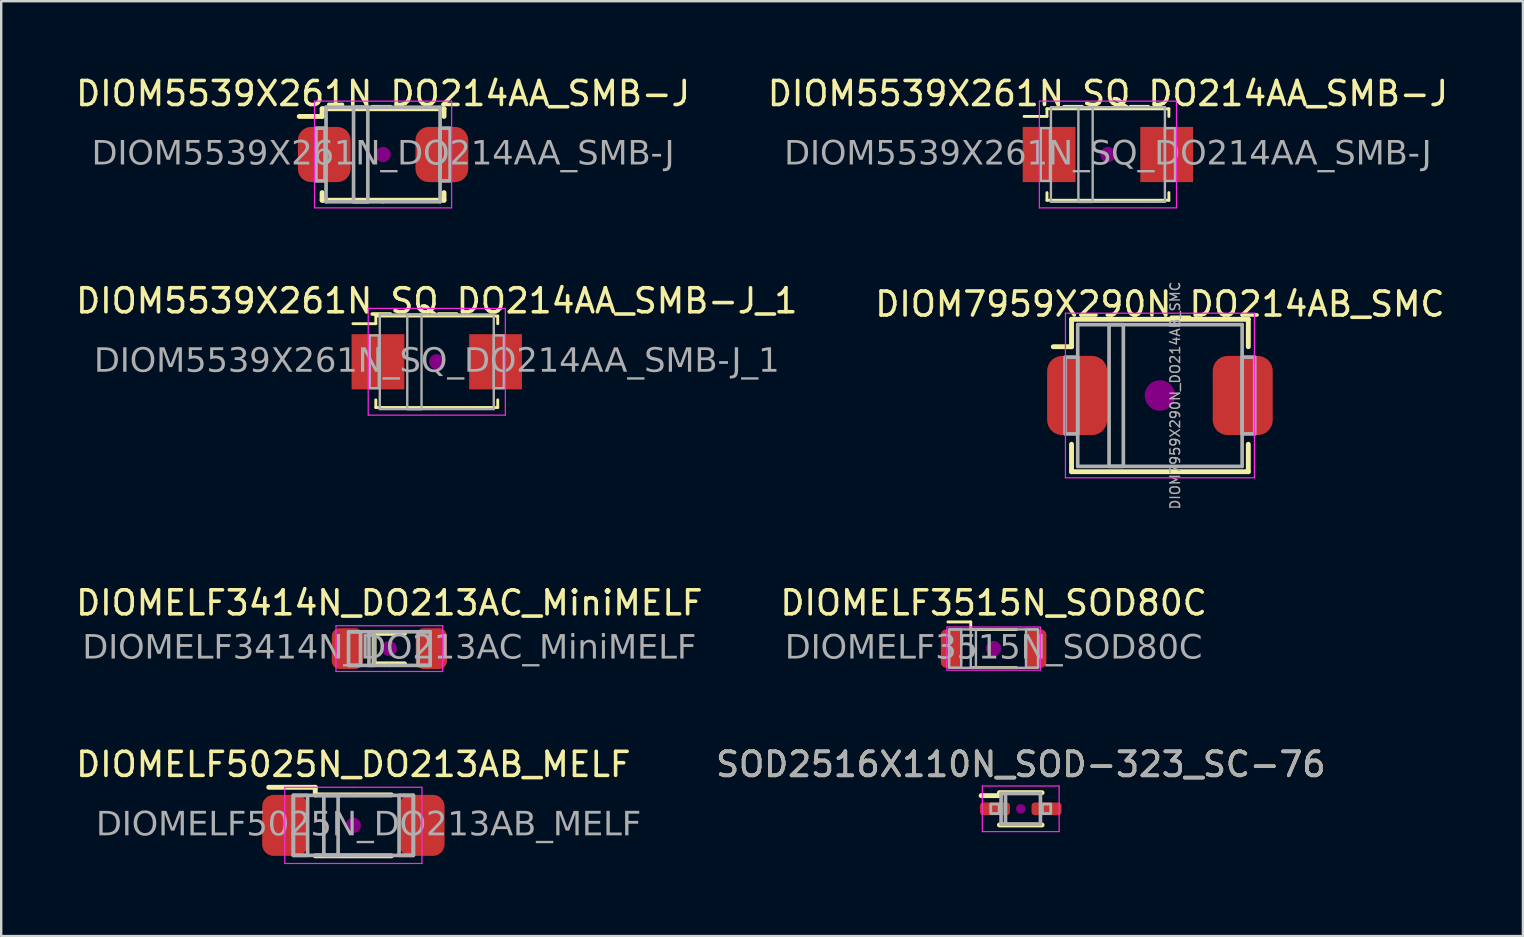
<source format=kicad_pcb>
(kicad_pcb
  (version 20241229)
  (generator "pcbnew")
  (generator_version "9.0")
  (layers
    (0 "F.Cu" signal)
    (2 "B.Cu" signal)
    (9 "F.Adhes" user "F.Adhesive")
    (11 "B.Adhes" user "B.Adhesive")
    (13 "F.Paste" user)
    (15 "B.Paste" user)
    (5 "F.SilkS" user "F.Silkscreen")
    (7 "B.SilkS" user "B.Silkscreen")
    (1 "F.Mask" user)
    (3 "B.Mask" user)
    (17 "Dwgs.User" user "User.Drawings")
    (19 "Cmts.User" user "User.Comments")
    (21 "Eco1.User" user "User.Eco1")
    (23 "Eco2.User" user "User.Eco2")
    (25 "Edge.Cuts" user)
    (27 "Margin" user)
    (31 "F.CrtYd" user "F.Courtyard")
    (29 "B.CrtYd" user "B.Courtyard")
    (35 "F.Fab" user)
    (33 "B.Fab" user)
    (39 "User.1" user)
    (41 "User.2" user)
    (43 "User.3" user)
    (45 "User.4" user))
  (footprint "DIOMELF5025N_DO213AB_MELF"
    (layer "F.Cu")
    (at 11.673 31.34)
    (property "Reference" "DIOMELF5025N_DO213AB_MELF" (at 0 -2.54 0) (layer "F.SilkS") (effects (font (size 1 1) (thickness 0.15))))
    (attr smd)
    (fp_line (start -1.587 -1.587) (end -3.527 -1.587) (stroke (width 0.203) (type solid)) (layer "F.SilkS"))
    (fp_line (start -1.587 -1.27) (end -1.587 -1.587) (stroke (width 0.203) (type solid)) (layer "F.SilkS"))
    (fp_line (start 1.587 -1.27) (end -1.587 -1.27) (stroke (width 0.203) (type solid)) (layer "F.SilkS"))
    (fp_line (start 1.587 1.27) (end -1.587 1.27) (stroke (width 0.203) (type solid)) (layer "F.SilkS"))
    (fp_circle (center 0 0) (end 0.318 0) (stroke (width 0) (type solid)) (fill yes) (layer "F.Adhes"))
    (fp_line (start -2.857 -1.587) (end 0 -1.587) (stroke (width 0.05) (type solid)) (layer "F.CrtYd"))
    (fp_line (start -2.857 1.587) (end -2.857 -1.587) (stroke (width 0.05) (type solid)) (layer "F.CrtYd"))
    (fp_line (start 0 -1.587) (end 2.857 -1.587) (stroke (width 0.05) (type solid)) (layer "F.CrtYd"))
    (fp_line (start 0 1.587) (end -2.857 1.587) (stroke (width 0.05) (type solid)) (layer "F.CrtYd"))
    (fp_line (start 2.857 -1.587) (end 2.857 1.587) (stroke (width 0.05) (type solid)) (layer "F.CrtYd"))
    (fp_line (start 2.857 1.587) (end 0 1.587) (stroke (width 0.05) (type solid)) (layer "F.CrtYd"))
    (fp_line (start -2.5 1.25) (end -2.5 -1.25) (stroke (width 0.152) (type solid)) (layer "F.Fab"))
    (fp_line (start -2.5 1.25) (end 0 1.25) (stroke (width 0.152) (type solid)) (layer "F.Fab"))
    (fp_line (start 0 -1.25) (end -2.5 -1.25) (stroke (width 0.152) (type solid)) (layer "F.Fab"))
    (fp_line (start 0 1.25) (end 2.5 1.25) (stroke (width 0.152) (type solid)) (layer "F.Fab"))
    (fp_line (start 2.5 -1.25) (end 0 -1.25) (stroke (width 0.152) (type solid)) (layer "F.Fab"))
    (fp_line (start 2.5 -1.25) (end 2.5 1.25) (stroke (width 0.152) (type solid)) (layer "F.Fab"))
    (fp_rect (start -2.5 -1.25) (end -1.905 1.25) (stroke (width 0.152) (type solid)) (fill no) (layer "F.Fab"))
    (fp_rect (start -1.23 -1.25) (end -0.635 1.25) (stroke (width 0.152) (type solid)) (fill no) (layer "F.Fab"))
    (fp_rect (start 2.5 1.25) (end 1.905 -1.25) (stroke (width 0.152) (type solid)) (fill no) (layer "F.Fab"))
    (fp_text user "${REFERENCE}" (at 0.635 0 0) (layer "F.Fab") (effects (font (face "Tahoma") (size 1 1) (thickness 0.06))))
    (pad "1" smd roundrect (at -2.85 0) (size 1.9 2.54) (layers "F.Cu" "F.Mask" "F.Paste") (roundrect_rratio 0.25))
    (pad "2" smd roundrect (at 2.85 0) (size 1.9 2.54) (layers "F.Cu" "F.Mask" "F.Paste") (roundrect_rratio 0.25)))
  (footprint "DIOM7959X290N_DO214AB_SMC"
    (layer "F.Cu")
    (at 45.28 13.429)
    (property "Reference" "DIOM7959X290N_DO214AB_SMC" (at 0 -3.81 0) (layer "F.SilkS") (effects (font (size 1 1) (thickness 0.15))))
    (attr smd)
    (fp_line (start -3.683 -2.032) (end -4.445 -2.032) (stroke (width 0.203) (type solid)) (layer "F.SilkS"))
    (fp_line (start -3.683 -2.032) (end -3.683 -3.175) (stroke (width 0.203) (type solid)) (layer "F.SilkS"))
    (fp_line (start -3.683 2.032) (end -3.683 3.175) (stroke (width 0.203) (type solid)) (layer "F.SilkS"))
    (fp_line (start 3.683 -3.175) (end -3.683 -3.175) (stroke (width 0.203) (type solid)) (layer "F.SilkS"))
    (fp_line (start 3.683 -2.032) (end 3.683 -3.175) (stroke (width 0.203) (type solid)) (layer "F.SilkS"))
    (fp_line (start 3.683 2.032) (end 3.683 3.175) (stroke (width 0.203) (type solid)) (layer "F.SilkS"))
    (fp_line (start 3.683 3.175) (end -3.683 3.175) (stroke (width 0.203) (type solid)) (layer "F.SilkS"))
    (fp_circle (center 0 0) (end 0.635 0) (stroke (width 0) (type solid)) (fill yes) (layer "F.Adhes"))
    (fp_line (start -3.937 -3.429) (end -3.937 3.429) (stroke (width 0.05) (type solid)) (layer "F.CrtYd"))
    (fp_line (start -3.937 -3.429) (end 3.937 -3.429) (stroke (width 0.05) (type solid)) (layer "F.CrtYd"))
    (fp_line (start -3.937 3.429) (end 3.937 3.429) (stroke (width 0.05) (type solid)) (layer "F.CrtYd"))
    (fp_line (start 3.937 -3.429) (end 3.937 3.429) (stroke (width 0.05) (type solid)) (layer "F.CrtYd"))
    (fp_line (start -3.425 2.953) (end -3.425 -2.953) (stroke (width 0.152) (type solid)) (layer "F.Fab"))
    (fp_line (start -3.425 2.953) (end 3.425 2.953) (stroke (width 0.152) (type solid)) (layer "F.Fab"))
    (fp_line (start 3.425 -2.953) (end -3.425 -2.953) (stroke (width 0.152) (type solid)) (layer "F.Fab"))
    (fp_line (start 3.425 -2.953) (end 3.425 2.953) (stroke (width 0.152) (type solid)) (layer "F.Fab"))
    (fp_rect (start -3.95 -1.6) (end -3.425 1.6) (stroke (width 0.152) (type solid)) (fill no) (layer "F.Fab"))
    (fp_rect (start -2.119 -2.953) (end -1.524 2.953) (stroke (width 0.152) (type solid)) (fill no) (layer "F.Fab"))
    (fp_rect (start 3.425 1.6) (end 3.95 -1.6) (stroke (width 0.152) (type solid)) (fill no) (layer "F.Fab"))
    (fp_text user "${REFERENCE}" (at 0.635 0 90) (layer "F.Fab") (effects (font (size 0.4 0.4) (thickness 0.06))))
    (pad "1" smd roundrect (at -3.45 0) (size 2.5 3.3) (layers "F.Cu" "F.Mask" "F.Paste") (roundrect_rratio 0.25))
    (pad "2" smd roundrect (at 3.45 0) (size 2.5 3.3) (layers "F.Cu" "F.Mask" "F.Paste") (roundrect_rratio 0.25)))
  (footprint "DIOMELF3515N_SOD80C"
    (layer "F.Cu")
    (at 38.351 23.975)
    (property "Reference" "DIOMELF3515N_SOD80C" (at 0 -1.905 0) (layer "F.SilkS") (effects (font (size 1 1) (thickness 0.15))))
    (attr smd)
    (fp_line (start -0.953 -1.111) (end -1.905 -1.111) (stroke (width 0.12) (type solid)) (layer "F.SilkS"))
    (fp_line (start -0.953 -0.794) (end -0.953 -1.111) (stroke (width 0.12) (type solid)) (layer "F.SilkS"))
    (fp_line (start 0.953 -0.794) (end -0.953 -0.794) (stroke (width 0.12) (type solid)) (layer "F.SilkS"))
    (fp_line (start 0.953 0.794) (end -0.953 0.794) (stroke (width 0.12) (type solid)) (layer "F.SilkS"))
    (fp_circle (center 0 0) (end 0.318 0) (stroke (width 0) (type solid)) (fill yes) (layer "F.Adhes"))
    (fp_rect (start -1.95 -0.9) (end 1.95 0.9) (stroke (width 0.05) (type default)) (fill no) (layer "F.CrtYd"))
    (fp_line (start -1.85 -0.8) (end 0 -0.8) (stroke (width 0.1) (type solid)) (layer "F.Fab"))
    (fp_line (start -1.85 0.8) (end 0 0.8) (stroke (width 0.1) (type solid)) (layer "F.Fab"))
    (fp_line (start 1.85 -0.8) (end 0 -0.8) (stroke (width 0.1) (type solid)) (layer "F.Fab"))
    (fp_line (start 1.85 0.8) (end 0 0.8) (stroke (width 0.1) (type solid)) (layer "F.Fab"))
    (fp_rect (start -1.85 -0.8) (end -1.35 0.8) (stroke (width 0.1) (type solid)) (fill no) (layer "F.Fab"))
    (fp_rect (start -0.953 -0.8) (end -0.738 0.8) (stroke (width 0.1) (type solid)) (fill no) (layer "F.Fab"))
    (fp_rect (start 1.35 -0.8) (end 1.85 0.8) (stroke (width 0.1) (type solid)) (fill no) (layer "F.Fab"))
    (fp_text user "${REFERENCE}" (at 0 0 0) (layer "F.Fab") (effects (font (face "Tahoma") (size 1 1) (thickness 0.15))))
    (pad "1" smd roundrect (at -1.75 0) (size 0.9 1.6) (layers "F.Cu" "F.Mask" "F.Paste") (roundrect_rratio 0.25))
    (pad "2" smd roundrect (at 1.75 0) (size 0.9 1.6) (layers "F.Cu" "F.Mask" "F.Paste") (roundrect_rratio 0.25)))
  (footprint "SOD2516X110N_SOD-323_SC-76"
    (layer "F.Cu")
    (at 39.481 30.65)
    (property "Reference" "SOD2516X110N_SOD-323_SC-76" (at 0 -1.85 0) (layer "F.SilkS") (effects (font (size 1 1) (thickness 0.15))))
    (attr smd)
    (fp_line (start -0.889 -0.549) (end -1.651 -0.549) (stroke (width 0.203) (type solid)) (layer "F.SilkS"))
    (fp_line (start -0.889 0.673) (end 0.889 0.673) (stroke (width 0.203) (type solid)) (layer "F.SilkS"))
    (fp_line (start 0.889 -0.673) (end -0.889 -0.673) (stroke (width 0.203) (type solid)) (layer "F.SilkS"))
    (fp_circle (center 0 0) (end 0.2 0) (stroke (width 0) (type solid)) (fill yes) (layer "F.Adhes"))
    (fp_line (start -1.6 -0.95) (end -1.6 0.95) (stroke (width 0.05) (type solid)) (layer "F.CrtYd"))
    (fp_line (start -1.6 -0.95) (end 1.6 -0.95) (stroke (width 0.05) (type solid)) (layer "F.CrtYd"))
    (fp_line (start -1.6 0.95) (end 1.6 0.95) (stroke (width 0.05) (type solid)) (layer "F.CrtYd"))
    (fp_line (start 1.6 -0.95) (end 1.6 0.95) (stroke (width 0.05) (type solid)) (layer "F.CrtYd"))
    (fp_line (start -0.82 -0.64) (end 0.82 -0.64) (stroke (width 0.152) (type solid)) (layer "F.Fab"))
    (fp_line (start -0.82 0.64) (end -0.82 -0.64) (stroke (width 0.152) (type solid)) (layer "F.Fab"))
    (fp_line (start -0.635 0.635) (end -0.635 -0.635) (stroke (width 0.152) (type solid)) (layer "F.Fab"))
    (fp_line (start 0.82 -0.64) (end 0.82 0.64) (stroke (width 0.152) (type solid)) (layer "F.Fab"))
    (fp_line (start 0.82 0.64) (end -0.82 0.64) (stroke (width 0.152) (type solid)) (layer "F.Fab"))
    (fp_rect (start -1.25 -0.198) (end -0.899 0.198) (stroke (width 0.12) (type solid)) (fill no) (layer "F.Fab"))
    (fp_rect (start 0.899 -0.198) (end 1.25 0.198) (stroke (width 0.12) (type solid)) (fill no) (layer "F.Fab"))
    (fp_text user "${REFERENCE}" (at 0 -1.85 0) (layer "F.Fab") (effects (font (size 1 1) (thickness 0.15))))
    (pad "1" smd roundrect (at -1.075 0) (size 1.25 0.53) (layers "F.Cu" "F.Mask" "F.Paste") (roundrect_rratio 0.25))
    (pad "2" smd roundrect (at 1.075 0) (size 1.25 0.53) (layers "F.Cu" "F.Mask" "F.Paste") (roundrect_rratio 0.25)))
  (footprint "DIOM5539X261N_SQ_DO214AA_SMB-J"
    (layer "F.Cu")
    (at 43.113 3.388)
    (property "Reference" "DIOM5539X261N_SQ_DO214AA_SMB-J" (at 0 -2.54 0) (layer "F.SilkS") (effects (font (size 1 1) (thickness 0.15))))
    (attr smd)
    (fp_line (start -2.54 -1.587) (end -3.493 -1.587) (stroke (width 0.12) (type solid)) (layer "F.SilkS"))
    (fp_line (start -2.54 -1.587) (end -2.54 -1.905) (stroke (width 0.12) (type solid)) (layer "F.SilkS"))
    (fp_line (start -2.54 1.587) (end -2.54 1.905) (stroke (width 0.12) (type solid)) (layer "F.SilkS"))
    (fp_line (start 2.54 -1.905) (end -2.54 -1.905) (stroke (width 0.12) (type solid)) (layer "F.SilkS"))
    (fp_line (start 2.54 -1.587) (end 2.54 -1.905) (stroke (width 0.12) (type solid)) (layer "F.SilkS"))
    (fp_line (start 2.54 1.587) (end 2.54 1.905) (stroke (width 0.12) (type solid)) (layer "F.SilkS"))
    (fp_line (start 2.54 1.905) (end -2.54 1.905) (stroke (width 0.12) (type solid)) (layer "F.SilkS"))
    (fp_circle (center 0 0) (end 0.318 0) (stroke (width 0) (type solid)) (fill yes) (layer "F.Adhes"))
    (fp_line (start -2.857 -2.223) (end -2.857 2.223) (stroke (width 0.05) (type solid)) (layer "F.CrtYd"))
    (fp_line (start -2.857 -2.223) (end 2.857 -2.223) (stroke (width 0.05) (type solid)) (layer "F.CrtYd"))
    (fp_line (start -2.857 2.223) (end 2.857 2.223) (stroke (width 0.05) (type solid)) (layer "F.CrtYd"))
    (fp_line (start 2.857 -2.223) (end 2.857 2.223) (stroke (width 0.05) (type solid)) (layer "F.CrtYd"))
    (fp_line (start -2.375 1.97) (end -2.375 -1.97) (stroke (width 0.1) (type solid)) (layer "F.Fab"))
    (fp_line (start -2.375 1.97) (end 0 1.97) (stroke (width 0.1) (type solid)) (layer "F.Fab"))
    (fp_line (start 0 -1.97) (end -2.375 -1.97) (stroke (width 0.1) (type solid)) (layer "F.Fab"))
    (fp_line (start 0 1.97) (end 2.375 1.97) (stroke (width 0.1) (type solid)) (layer "F.Fab"))
    (fp_line (start 2.375 -1.97) (end 0 -1.97) (stroke (width 0.1) (type solid)) (layer "F.Fab"))
    (fp_line (start 2.375 -1.97) (end 2.375 1.97) (stroke (width 0.1) (type solid)) (layer "F.Fab"))
    (fp_rect (start -2.795 -1.1) (end -2.415 1.1) (stroke (width 0.1) (type solid)) (fill no) (layer "F.Fab"))
    (fp_rect (start -1.23 -1.975) (end -0.635 1.975) (stroke (width 0.1) (type solid)) (fill no) (layer "F.Fab"))
    (fp_rect (start 2.375 1.1) (end 2.795 -1.1) (stroke (width 0.1) (type solid)) (fill no) (layer "F.Fab"))
    (fp_text user "${REFERENCE}" (at 0 0 0) (layer "F.Fab") (effects (font (face "Tahoma") (size 1 1) (thickness 0.15))))
    (pad "1" smd rect (at -2.45 0) (size 2.2 2.3) (layers "F.Cu" "F.Mask" "F.Paste"))
    (pad "2" smd rect (at 2.45 0) (size 2.2 2.3) (layers "F.Cu" "F.Mask" "F.Paste")))
  (footprint "DIOMELF3414N_DO213AC_MiniMELF"
    (layer "F.Cu")
    (at 13.173 23.975)
    (property "Reference" "DIOMELF3414N_DO213AC_MiniMELF" (at 0 -1.905 0) (layer "F.SilkS") (effects (font (size 1 1) (thickness 0.15))))
    (attr smd)
    (fp_line (start -0.635 0.635) (end -0.635 -0.635) (stroke (width 0.203) (type solid)) (layer "F.SilkS"))
    (fp_line (start 0.635 -0.635) (end -0.635 -0.635) (stroke (width 0.203) (type solid)) (layer "F.SilkS"))
    (fp_line (start 0.635 0.635) (end -0.635 0.635) (stroke (width 0.203) (type solid)) (layer "F.SilkS"))
    (fp_circle (center 0 0) (end 0.318 0) (stroke (width 0) (type solid)) (fill yes) (layer "F.Adhes"))
    (fp_line (start -2.223 -0.953) (end 2.223 -0.953) (stroke (width 0.05) (type solid)) (layer "F.CrtYd"))
    (fp_line (start -2.223 0.953) (end -2.223 -0.953) (stroke (width 0.05) (type solid)) (layer "F.CrtYd"))
    (fp_line (start 2.223 -0.953) (end 2.223 0.953) (stroke (width 0.05) (type solid)) (layer "F.CrtYd"))
    (fp_line (start 2.223 0.953) (end -2.223 0.953) (stroke (width 0.05) (type solid)) (layer "F.CrtYd"))
    (fp_line (start -1.7 -0.7) (end 0 -0.7) (stroke (width 0.152) (type solid)) (layer "F.Fab"))
    (fp_line (start -1.7 0.7) (end 0 0.7) (stroke (width 0.152) (type solid)) (layer "F.Fab"))
    (fp_line (start 1.7 -0.7) (end 0 -0.7) (stroke (width 0.152) (type solid)) (layer "F.Fab"))
    (fp_line (start 1.7 0.7) (end 0 0.7) (stroke (width 0.152) (type solid)) (layer "F.Fab"))
    (fp_rect (start -1.7 -0.7) (end -1.2 0.7) (stroke (width 0.152) (type solid)) (fill no) (layer "F.Fab"))
    (fp_rect (start -0.85 -0.7) (end -0.635 0.7) (stroke (width 0.152) (type solid)) (fill no) (layer "F.Fab"))
    (fp_rect (start 1.2 -0.7) (end 1.7 0.7) (stroke (width 0.152) (type solid)) (fill no) (layer "F.Fab"))
    (fp_text user "${REFERENCE}" (at 0 0 0) (layer "F.Fab") (effects (font (face "Tahoma") (size 1 1) (thickness 0.06))))
    (pad "1" smd roundrect (at -1.75 0) (size 1.3 1.7) (layers "F.Cu" "F.Mask" "F.Paste") (roundrect_rratio 0.25))
    (pad "2" smd roundrect (at 1.75 0) (size 1.3 1.7) (layers "F.Cu" "F.Mask" "F.Paste") (roundrect_rratio 0.25)))
  (footprint "DIOM5539X261N_SQ_DO214AA_SMB-J_1"
    (layer "F.Cu")
    (at 15.149 12.024)
    (property "Reference" "DIOM5539X261N_SQ_DO214AA_SMB-J_1" (at 0 -2.54 0) (layer "F.SilkS") (effects (font (size 1 1) (thickness 0.15))))
    (attr smd)
    (fp_line (start -2.54 -1.587) (end -3.493 -1.587) (stroke (width 0.12) (type solid)) (layer "F.SilkS"))
    (fp_line (start -2.54 -1.587) (end -2.54 -1.905) (stroke (width 0.12) (type solid)) (layer "F.SilkS"))
    (fp_line (start -2.54 1.587) (end -2.54 1.905) (stroke (width 0.12) (type solid)) (layer "F.SilkS"))
    (fp_line (start 2.54 -1.905) (end -2.54 -1.905) (stroke (width 0.12) (type solid)) (layer "F.SilkS"))
    (fp_line (start 2.54 -1.587) (end 2.54 -1.905) (stroke (width 0.12) (type solid)) (layer "F.SilkS"))
    (fp_line (start 2.54 1.587) (end 2.54 1.905) (stroke (width 0.12) (type solid)) (layer "F.SilkS"))
    (fp_line (start 2.54 1.905) (end -2.54 1.905) (stroke (width 0.12) (type solid)) (layer "F.SilkS"))
    (fp_circle (center 0 0) (end 0.318 0) (stroke (width 0) (type solid)) (fill yes) (layer "F.Adhes"))
    (fp_line (start -2.857 -2.223) (end -2.857 2.223) (stroke (width 0.05) (type solid)) (layer "F.CrtYd"))
    (fp_line (start -2.857 -2.223) (end 2.857 -2.223) (stroke (width 0.05) (type solid)) (layer "F.CrtYd"))
    (fp_line (start -2.857 2.223) (end 2.857 2.223) (stroke (width 0.05) (type solid)) (layer "F.CrtYd"))
    (fp_line (start 2.857 -2.223) (end 2.857 2.223) (stroke (width 0.05) (type solid)) (layer "F.CrtYd"))
    (fp_line (start -2.375 1.97) (end -2.375 -1.97) (stroke (width 0.1) (type solid)) (layer "F.Fab"))
    (fp_line (start -2.375 1.97) (end 0 1.97) (stroke (width 0.1) (type solid)) (layer "F.Fab"))
    (fp_line (start 0 -1.97) (end -2.375 -1.97) (stroke (width 0.1) (type solid)) (layer "F.Fab"))
    (fp_line (start 0 1.97) (end 2.375 1.97) (stroke (width 0.1) (type solid)) (layer "F.Fab"))
    (fp_line (start 2.375 -1.97) (end 0 -1.97) (stroke (width 0.1) (type solid)) (layer "F.Fab"))
    (fp_line (start 2.375 -1.97) (end 2.375 1.97) (stroke (width 0.1) (type solid)) (layer "F.Fab"))
    (fp_rect (start -2.795 -1.1) (end -2.415 1.1) (stroke (width 0.1) (type solid)) (fill no) (layer "F.Fab"))
    (fp_rect (start -1.23 -1.975) (end -0.635 1.975) (stroke (width 0.1) (type solid)) (fill no) (layer "F.Fab"))
    (fp_rect (start 2.375 1.1) (end 2.795 -1.1) (stroke (width 0.1) (type solid)) (fill no) (layer "F.Fab"))
    (fp_text user "${REFERENCE}" (at 0 0 0) (layer "F.Fab") (effects (font (face "Tahoma") (size 1 1) (thickness 0.15))))
    (pad "1" smd rect (at -2.45 0) (size 2.2 2.3) (layers "F.Cu" "F.Mask" "F.Paste"))
    (pad "2" smd rect (at 2.45 0) (size 2.2 2.3) (layers "F.Cu" "F.Mask" "F.Paste")))
  (footprint "DIOM5539X261N_DO214AA_SMB-J"
    (layer "F.Cu")
    (at 12.911 3.388)
    (property "Reference" "DIOM5539X261N_DO214AA_SMB-J" (at 0 -2.54 0) (layer "F.SilkS") (effects (font (size 1 1) (thickness 0.15))))
    (attr smd)
    (fp_line (start -2.54 -1.587) (end -3.493 -1.587) (stroke (width 0.203) (type solid)) (layer "F.SilkS"))
    (fp_line (start -2.54 -1.587) (end -2.54 -1.905) (stroke (width 0.203) (type solid)) (layer "F.SilkS"))
    (fp_line (start -2.54 1.587) (end -2.54 1.905) (stroke (width 0.203) (type solid)) (layer "F.SilkS"))
    (fp_line (start 2.54 -1.905) (end -2.54 -1.905) (stroke (width 0.203) (type solid)) (layer "F.SilkS"))
    (fp_line (start 2.54 -1.587) (end 2.54 -1.905) (stroke (width 0.203) (type solid)) (layer "F.SilkS"))
    (fp_line (start 2.54 1.587) (end 2.54 1.905) (stroke (width 0.203) (type solid)) (layer "F.SilkS"))
    (fp_line (start 2.54 1.905) (end -2.54 1.905) (stroke (width 0.203) (type solid)) (layer "F.SilkS"))
    (fp_circle (center 0 0) (end 0.318 0) (stroke (width 0) (type solid)) (fill yes) (layer "F.Adhes"))
    (fp_line (start -2.857 -2.223) (end -2.857 2.223) (stroke (width 0.05) (type solid)) (layer "F.CrtYd"))
    (fp_line (start -2.857 -2.223) (end 2.857 -2.223) (stroke (width 0.05) (type solid)) (layer "F.CrtYd"))
    (fp_line (start -2.857 2.223) (end 2.857 2.223) (stroke (width 0.05) (type solid)) (layer "F.CrtYd"))
    (fp_line (start 2.857 -2.223) (end 2.857 2.223) (stroke (width 0.05) (type solid)) (layer "F.CrtYd"))
    (fp_line (start -2.375 1.97) (end -2.375 -1.97) (stroke (width 0.152) (type solid)) (layer "F.Fab"))
    (fp_line (start -2.375 1.97) (end 0 1.97) (stroke (width 0.152) (type solid)) (layer "F.Fab"))
    (fp_line (start 0 -1.97) (end -2.375 -1.97) (stroke (width 0.152) (type solid)) (layer "F.Fab"))
    (fp_line (start 0 1.97) (end 2.375 1.97) (stroke (width 0.152) (type solid)) (layer "F.Fab"))
    (fp_line (start 2.375 -1.97) (end 0 -1.97) (stroke (width 0.152) (type solid)) (layer "F.Fab"))
    (fp_line (start 2.375 -1.97) (end 2.375 1.97) (stroke (width 0.152) (type solid)) (layer "F.Fab"))
    (fp_rect (start -2.795 -1.1) (end -2.415 1.1) (stroke (width 0.152) (type solid)) (fill no) (layer "F.Fab"))
    (fp_rect (start -1.23 -1.975) (end -0.635 1.975) (stroke (width 0.152) (type solid)) (fill no) (layer "F.Fab"))
    (fp_rect (start 2.375 1.1) (end 2.795 -1.1) (stroke (width 0.152) (type solid)) (fill no) (layer "F.Fab"))
    (fp_text user "${REFERENCE}" (at 0 0 0) (layer "F.Fab") (effects (font (face "Tahoma") (size 1 1) (thickness 0.15))))
    (pad "1" smd roundrect (at -2.45 0) (size 2.2 2.3) (layers "F.Cu" "F.Mask" "F.Paste") (roundrect_rratio 0.25))
    (pad "2" smd roundrect (at 2.45 0) (size 2.2 2.3) (layers "F.Cu" "F.Mask" "F.Paste") (roundrect_rratio 0.25)))
  (gr_rect
    (start -3 -3)
    (end 60.405 35.953)
    (stroke (width 0.1) (type default))
    (fill no)
    (layer "Edge.Cuts")))
</source>
